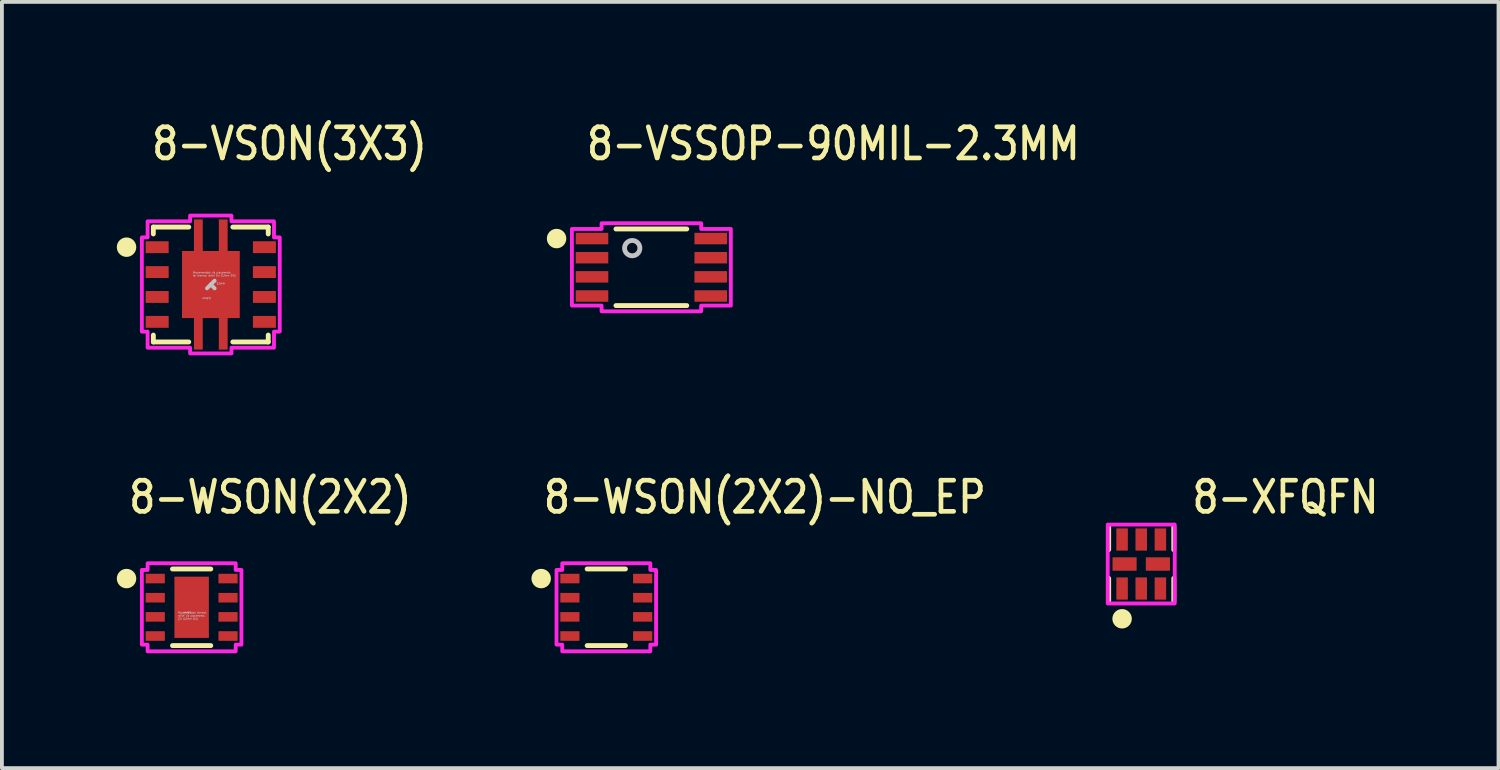
<source format=kicad_pcb>
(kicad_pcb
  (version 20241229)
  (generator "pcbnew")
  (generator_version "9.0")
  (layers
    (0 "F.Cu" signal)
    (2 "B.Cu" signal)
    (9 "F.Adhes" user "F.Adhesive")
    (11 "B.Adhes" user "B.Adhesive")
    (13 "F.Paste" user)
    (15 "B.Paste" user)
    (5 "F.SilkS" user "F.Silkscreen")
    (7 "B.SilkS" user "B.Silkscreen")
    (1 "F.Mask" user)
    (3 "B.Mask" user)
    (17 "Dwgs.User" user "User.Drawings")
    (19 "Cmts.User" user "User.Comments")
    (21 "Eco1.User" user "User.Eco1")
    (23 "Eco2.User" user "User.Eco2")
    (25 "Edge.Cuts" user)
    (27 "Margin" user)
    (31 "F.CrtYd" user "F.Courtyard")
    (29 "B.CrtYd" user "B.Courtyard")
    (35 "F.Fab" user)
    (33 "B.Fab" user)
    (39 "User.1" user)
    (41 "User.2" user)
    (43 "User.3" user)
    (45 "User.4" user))
  (footprint "8-XFQFN"
    (layer "F.Cu")
    (at 26.749 11.677)
    (property "Reference" "8-XFQFN" (at 1.27 -1.27 0) (unlocked yes) (layer "F.SilkS") (effects (font (size 0.813 0.695) (thickness 0.122)) (justify left bottom)))
    (fp_poly (pts (xy -0.02 -0.25) (xy 0.02 -0.25) (xy 0.02 0.25) (xy -0.02 0.25)) (stroke (width 0) (type solid)) (fill yes) (layer "F.Mask"))
    (fp_line (start -0.85 -0.967) (end -0.85 -0.375) (stroke (width 0.127) (type solid)) (layer "F.SilkS"))
    (fp_line (start -0.85 0.375) (end -0.85 0.967) (stroke (width 0.127) (type solid)) (layer "F.SilkS"))
    (fp_line (start 0.85 -0.967) (end 0.85 -0.375) (stroke (width 0.127) (type solid)) (layer "F.SilkS"))
    (fp_line (start 0.85 0.375) (end 0.85 0.967) (stroke (width 0.127) (type solid)) (layer "F.SilkS"))
    (fp_circle (center -0.5 1.43) (end -0.246 1.43) (stroke (width 0) (type solid)) (fill yes) (layer "F.SilkS"))
    (fp_poly (pts (xy -0.875 -1.03) (xy -0.875 1.03) (xy 0.875 1.03) (xy 0.875 -1.03)) (stroke (width 0.1) (type solid)) (fill no) (layer "F.CrtYd"))
    (pad "1" smd rect (at -0.5 0.64) (size 0.3 0.58) (layers "F.Cu" "F.Mask" "F.Paste"))
    (pad "2" smd rect (at 0 0.64) (size 0.3 0.58) (layers "F.Cu" "F.Mask" "F.Paste"))
    (pad "3" smd rect (at 0.5 0.64) (size 0.3 0.58) (layers "F.Cu" "F.Mask" "F.Paste"))
    (pad "4" smd rect (at 0.435 0) (size 0.63 0.35) (layers "F.Cu" "F.Mask" "F.Paste"))
    (pad "5" smd rect (at 0.5 -0.64) (size 0.3 0.58) (layers "F.Cu" "F.Mask" "F.Paste"))
    (pad "6" smd rect (at 0 -0.64) (size 0.3 0.58) (layers "F.Cu" "F.Mask" "F.Paste"))
    (pad "7" smd rect (at -0.5 -0.64) (size 0.3 0.58) (layers "F.Cu" "F.Mask" "F.Paste"))
    (pad "8" smd rect (at -0.435 0) (size 0.63 0.35) (layers "F.Cu" "F.Mask" "F.Paste")))
  (footprint "8-VSSOP-90MIL-2.3MM"
    (layer "F.Cu")
    (at 13.958 3.929)
    (property "Reference" "8-VSSOP-90MIL-2.3MM" (at -1.75 -2.75 0) (unlocked yes) (layer "F.SilkS") (effects (font (size 0.813 0.695) (thickness 0.122)) (justify left bottom)))
    (fp_line (start -0.925 -1) (end 0.925 -1) (stroke (width 0.127) (type solid)) (layer "F.SilkS"))
    (fp_line (start -0.925 1) (end 0.925 1) (stroke (width 0.127) (type solid)) (layer "F.SilkS"))
    (fp_circle (center -2.475 -0.75) (end -2.221 -0.75) (stroke (width 0) (type solid)) (fill yes) (layer "F.SilkS"))
    (fp_circle (center -0.5 -0.5) (end -0.3 -0.5) (stroke (width 0.127) (type solid)) (fill no) (layer "Dwgs.User"))
    (fp_poly (pts (xy -2.075 -1) (xy -1.3 -1) (xy -1.3 -1.15) (xy 1.3 -1.15) (xy 1.3 -1) (xy 2.075 -1) (xy 2.075 1) (xy 1.3 1) (xy 1.3 1.15) (xy -1.3 1.15) (xy -1.3 1) (xy -2.075 1)) (stroke (width 0.1) (type solid)) (fill no) (layer "F.CrtYd"))
    (pad "1" smd rect (at -1.55 -0.75) (size 0.85 0.3) (layers "F.Cu" "F.Mask" "F.Paste"))
    (pad "2" smd rect (at -1.55 -0.25) (size 0.85 0.3) (layers "F.Cu" "F.Mask" "F.Paste"))
    (pad "3" smd rect (at -1.55 0.25) (size 0.85 0.3) (layers "F.Cu" "F.Mask" "F.Paste"))
    (pad "4" smd rect (at -1.55 0.75) (size 0.85 0.3) (layers "F.Cu" "F.Mask" "F.Paste"))
    (pad "5" smd rect (at 1.55 0.75) (size 0.85 0.3) (layers "F.Cu" "F.Mask" "F.Paste"))
    (pad "6" smd rect (at 1.55 0.25) (size 0.85 0.3) (layers "F.Cu" "F.Mask" "F.Paste"))
    (pad "7" smd rect (at 1.55 -0.25) (size 0.85 0.3) (layers "F.Cu" "F.Mask" "F.Paste"))
    (pad "8" smd rect (at 1.55 -0.75) (size 0.85 0.3) (layers "F.Cu" "F.Mask" "F.Paste")))
  (footprint "8-WSON(2X2)-NO_EP"
    (layer "F.Cu")
    (at 12.781 12.807)
    (property "Reference" "8-WSON(2X2)-NO_EP" (at -1.7 -2.4 0) (unlocked yes) (layer "F.SilkS") (effects (font (size 0.813 0.695) (thickness 0.122)) (justify left bottom)))
    (fp_line (start -0.5 -1) (end 0.5 -1) (stroke (width 0.127) (type solid)) (layer "F.SilkS"))
    (fp_line (start -0.5 1) (end 0.5 1) (stroke (width 0.127) (type solid)) (layer "F.SilkS"))
    (fp_circle (center -1.7 -0.75) (end -1.446 -0.75) (stroke (width 0) (type solid)) (fill yes) (layer "F.SilkS"))
    (fp_poly (pts (xy -1.3 -0.975) (xy -1.15 -0.975) (xy -1.15 -1.15) (xy 1.15 -1.15) (xy 1.15 -0.975) (xy 1.3 -0.975) (xy 1.3 0.975) (xy 1.15 0.975) (xy 1.15 1.15) (xy -1.15 1.15) (xy -1.15 0.975) (xy -1.3 0.975)) (stroke (width 0.1) (type solid)) (fill no) (layer "F.CrtYd"))
    (pad "1" smd rect (at -0.95 -0.75) (size 0.5 0.25) (layers "F.Cu" "F.Mask" "F.Paste"))
    (pad "2" smd rect (at -0.95 -0.25) (size 0.5 0.25) (layers "F.Cu" "F.Mask" "F.Paste"))
    (pad "3" smd rect (at -0.95 0.25) (size 0.5 0.25) (layers "F.Cu" "F.Mask" "F.Paste"))
    (pad "4" smd rect (at -0.95 0.75) (size 0.5 0.25) (layers "F.Cu" "F.Mask" "F.Paste"))
    (pad "5" smd rect (at 0.95 0.75 180) (size 0.5 0.25) (layers "F.Cu" "F.Mask" "F.Paste"))
    (pad "6" smd rect (at 0.95 0.25 180) (size 0.5 0.25) (layers "F.Cu" "F.Mask" "F.Paste"))
    (pad "7" smd rect (at 0.95 -0.25 180) (size 0.5 0.25) (layers "F.Cu" "F.Mask" "F.Paste"))
    (pad "8" smd rect (at 0.95 -0.75 180) (size 0.5 0.25) (layers "F.Cu" "F.Mask" "F.Paste")))
  (footprint "8-VSON(3X3)"
    (layer "F.Cu")
    (at 2.454 4.379)
    (property "Reference" "8-VSON(3X3)" (at -1.6 -3.2 0) (unlocked yes) (layer "F.SilkS") (effects (font (size 0.813 0.695) (thickness 0.122)) (justify left bottom)))
    (fp_poly (pts (xy -0.75 -0.875) (xy -0.44 -0.875) (xy -0.44 -1.7) (xy -0.21 -1.7) (xy -0.21 -0.875) (xy 0.21 -0.875) (xy 0.21 -1.7) (xy 0.44 -1.7) (xy 0.44 -0.875) (xy 0.75 -0.875) (xy 0.75 0.875) (xy 0.44 0.875) (xy 0.44 1.7) (xy 0.21 1.7) (xy 0.21 0.875) (xy -0.21 0.875) (xy -0.21 1.7) (xy -0.44 1.7) (xy -0.44 0.875) (xy -0.75 0.875)) (stroke (width 0) (type solid)) (fill yes) (layer "F.Cu"))
    (fp_poly (pts (xy -0.75 -0.875) (xy -0.44 -0.875) (xy -0.44 -1.7) (xy -0.21 -1.7) (xy -0.21 -0.875) (xy 0.21 -0.875) (xy 0.21 -1.7) (xy 0.44 -1.7) (xy 0.44 -0.875) (xy 0.75 -0.875) (xy 0.75 0.875) (xy 0.44 0.875) (xy 0.44 1.7) (xy 0.21 1.7) (xy 0.21 0.875) (xy -0.21 0.875) (xy -0.21 1.7) (xy -0.44 1.7) (xy -0.44 0.875) (xy -0.75 0.875)) (stroke (width 0) (type solid)) (fill yes) (layer "F.Mask"))
    (fp_line (start -1.5 -1.5) (end -0.575 -1.5) (stroke (width 0.127) (type solid)) (layer "F.SilkS"))
    (fp_line (start -1.5 -1.32) (end -1.5 -1.5) (stroke (width 0.127) (type solid)) (layer "F.SilkS"))
    (fp_line (start -1.5 1.32) (end -1.5 1.5) (stroke (width 0.127) (type solid)) (layer "F.SilkS"))
    (fp_line (start -1.5 1.5) (end -0.575 1.5) (stroke (width 0.127) (type solid)) (layer "F.SilkS"))
    (fp_line (start 0.575 -1.5) (end 1.5 -1.5) (stroke (width 0.127) (type solid)) (layer "F.SilkS"))
    (fp_line (start 0.575 1.5) (end 1.5 1.5) (stroke (width 0.127) (type solid)) (layer "F.SilkS"))
    (fp_line (start 1.5 -1.5) (end 1.5 -1.32) (stroke (width 0.127) (type solid)) (layer "F.SilkS"))
    (fp_line (start 1.5 1.5) (end 1.5 1.32) (stroke (width 0.127) (type solid)) (layer "F.SilkS"))
    (fp_circle (center -2.2 -0.975) (end -1.946 -0.975) (stroke (width 0) (type solid)) (fill yes) (layer "F.SilkS"))
    (fp_poly (pts (xy -0.67 -0.772) (xy -0.67 0.775) (xy 0.67 0.775) (xy 0.67 -0.775)) (stroke (width 0) (type solid)) (fill yes) (layer "F.Paste"))
    (fp_poly (pts (xy -0.44 -1.7) (xy -0.44 -0.975) (xy -0.21 -0.975) (xy -0.21 -1.7)) (stroke (width 0) (type solid)) (fill yes) (layer "F.Paste"))
    (fp_poly (pts (xy -0.44 0.975) (xy -0.44 1.7) (xy -0.21 1.7) (xy -0.21 0.975)) (stroke (width 0) (type solid)) (fill yes) (layer "F.Paste"))
    (fp_poly (pts (xy 0.21 -1.7) (xy 0.21 -0.975) (xy 0.44 -0.975) (xy 0.44 -1.7)) (stroke (width 0) (type solid)) (fill yes) (layer "F.Paste"))
    (fp_poly (pts (xy 0.21 0.975) (xy 0.21 1.7) (xy 0.44 1.7) (xy 0.44 0.975)) (stroke (width 0) (type solid)) (fill yes) (layer "F.Paste"))
    (fp_line (start 0 0) (end -0.1 0.1) (stroke (width 0.1) (type solid)) (layer "Dwgs.User"))
    (fp_line (start 0 0) (end 0 0.5) (stroke (width 0.000009) (type solid)) (layer "Dwgs.User"))
    (fp_line (start 0 0) (end 0.1 -0.1) (stroke (width 0.1) (type solid)) (layer "Dwgs.User"))
    (fp_line (start 0 0) (end 0.1 0.1) (stroke (width 0.1) (type solid)) (layer "Dwgs.User"))
    (fp_line (start 0 0) (end 0.5 0) (stroke (width 0.000009) (type solid)) (layer "Dwgs.User"))
    (fp_line (start 0 0.5) (end -0.1 0.4) (stroke (width 0.000009) (type solid)) (layer "Dwgs.User"))
    (fp_line (start 0 0.5) (end 0.1 0.4) (stroke (width 0.000009) (type solid)) (layer "Dwgs.User"))
    (fp_line (start 0.5 0) (end 0.4 -0.1) (stroke (width 0.000009) (type solid)) (layer "Dwgs.User"))
    (fp_line (start 0.5 0) (end 0.4 0.1) (stroke (width 0.000009) (type solid)) (layer "Dwgs.User"))
    (fp_circle (center -0.5 0) (end -0.4 0) (stroke (width 0.0001) (type solid)) (fill no) (layer "Dwgs.User"))
    (fp_circle (center 0 -0.5) (end 0.1 -0.5) (stroke (width 0.0001) (type solid)) (fill no) (layer "Dwgs.User"))
    (fp_circle (center 0 0.5) (end 0.1 0.5) (stroke (width 0.0001) (type solid)) (fill no) (layer "Dwgs.User"))
    (fp_circle (center 0.5 0) (end 0.6 0) (stroke (width 0.0001) (type solid)) (fill no) (layer "Dwgs.User"))
    (fp_poly (pts (xy -1.65 -1.65) (xy -0.54 -1.65) (xy -0.54 -1.8) (xy 0.54 -1.8) (xy 0.54 -1.65) (xy 1.65 -1.65) (xy 1.65 -1.23) (xy 1.8 -1.23) (xy 1.8 1.23) (xy 1.65 1.23) (xy 1.65 1.65) (xy 0.54 1.65) (xy 0.54 1.8) (xy -0.54 1.8) (xy -0.54 1.65) (xy -1.65 1.65) (xy -1.65 1.23) (xy -1.8 1.23) (xy -1.8 -1.23) (xy -1.65 -1.23)) (stroke (width 0.1) (type solid)) (fill no) (layer "F.CrtYd"))
    (fp_text user "Recommended via placements\nfor thermal relief (4x 0.2mm DIA)" (at -0.475 -0.205 0) (unlocked yes) (layer "Dwgs.User") (effects (font (size 0.05 0.043) (thickness 0.007)) (justify left bottom)))
    (fp_text user "0.5mm" (at 0.15 0 0) (unlocked yes) (layer "Dwgs.User") (effects (font (size 0.05 0.043) (thickness 0.007)) (justify left bottom)))
    (fp_text user "0.5mm" (at 0 0.325 180) (unlocked yes) (layer "Dwgs.User") (effects (font (size 0.05 0.043) (thickness 0.007)) (justify left bottom)))
    (pad "1" smd rect (at -1.4 -0.975) (size 0.6 0.31) (layers "F.Cu" "F.Mask" "F.Paste"))
    (pad "2" smd rect (at -1.4 -0.325) (size 0.6 0.31) (layers "F.Cu" "F.Mask" "F.Paste"))
    (pad "3" smd rect (at -1.4 0.325) (size 0.6 0.31) (layers "F.Cu" "F.Mask" "F.Paste"))
    (pad "4" smd rect (at -1.4 0.975) (size 0.6 0.31) (layers "F.Cu" "F.Mask" "F.Paste"))
    (pad "5" smd rect (at 1.4 0.975) (size 0.6 0.31) (layers "F.Cu" "F.Mask" "F.Paste"))
    (pad "6" smd rect (at 1.4 0.325) (size 0.6 0.31) (layers "F.Cu" "F.Mask" "F.Paste"))
    (pad "7" smd rect (at 1.4 -0.325) (size 0.6 0.31) (layers "F.Cu" "F.Mask" "F.Paste"))
    (pad "8" smd rect (at 1.4 -0.975) (size 0.6 0.31) (layers "F.Cu" "F.Mask" "F.Paste"))
    (pad "11" smd rect (at 0 0) (size 1.5 1.75) (layers "F.Cu")))
  (footprint "8-WSON(2X2)"
    (layer "F.Cu")
    (at 1.954 12.807)
    (property "Reference" "8-WSON(2X2)" (at -1.7 -2.4 0) (unlocked yes) (layer "F.SilkS") (effects (font (size 0.813 0.695) (thickness 0.122)) (justify left bottom)))
    (fp_line (start -0.5 -1) (end 0.5 -1) (stroke (width 0.127) (type solid)) (layer "F.SilkS"))
    (fp_line (start -0.5 1) (end 0.5 1) (stroke (width 0.127) (type solid)) (layer "F.SilkS"))
    (fp_circle (center -1.7 -0.75) (end -1.446 -0.75) (stroke (width 0) (type solid)) (fill yes) (layer "F.SilkS"))
    (fp_line (start 0 -0.55) (end -0.11 -0.44) (stroke (width 0.0001) (type solid)) (layer "Dwgs.User"))
    (fp_line (start 0 -0.55) (end 0 0.55) (stroke (width 0.0001) (type solid)) (layer "Dwgs.User"))
    (fp_line (start 0 -0.55) (end 0.11 -0.44) (stroke (width 0.0001) (type solid)) (layer "Dwgs.User"))
    (fp_line (start 0 0.55) (end -0.11 0.44) (stroke (width 0.0001) (type solid)) (layer "Dwgs.User"))
    (fp_line (start 0 0.55) (end 0.11 0.44) (stroke (width 0.0001) (type solid)) (layer "Dwgs.User"))
    (fp_circle (center 0 -0.55) (end 0.1 -0.55) (stroke (width 0.000009) (type solid)) (fill no) (layer "Dwgs.User"))
    (fp_circle (center 0 0.55) (end 0.1 0.55) (stroke (width 0.000009) (type solid)) (fill no) (layer "Dwgs.User"))
    (fp_poly (pts (xy -1.3 -0.975) (xy -1.15 -0.975) (xy -1.15 -1.15) (xy 1.15 -1.15) (xy 1.15 -0.975) (xy 1.3 -0.975) (xy 1.3 0.975) (xy 1.15 0.975) (xy 1.15 1.15) (xy -1.15 1.15) (xy -1.15 0.975) (xy -1.3 0.975)) (stroke (width 0.1) (type solid)) (fill no) (layer "F.CrtYd"))
    (fp_text user "1.6mm" (at 0 0.11 180) (unlocked yes) (layer "Dwgs.User") (effects (font (size 0.05 0.043) (thickness 0.007)) (justify left bottom)))
    (fp_text user "Recommended thermal \nrelief via placements \n(2x 0.2mm DIA)" (at -0.36 0.33 0) (unlocked yes) (layer "Dwgs.User") (effects (font (size 0.05 0.043) (thickness 0.007)) (justify left bottom)))
    (pad "1" smd rect (at -0.95 -0.75) (size 0.5 0.25) (layers "F.Cu" "F.Mask" "F.Paste"))
    (pad "2" smd rect (at -0.95 -0.25) (size 0.5 0.25) (layers "F.Cu" "F.Mask" "F.Paste"))
    (pad "3" smd rect (at -0.95 0.25) (size 0.5 0.25) (layers "F.Cu" "F.Mask" "F.Paste"))
    (pad "4" smd rect (at -0.95 0.75) (size 0.5 0.25) (layers "F.Cu" "F.Mask" "F.Paste"))
    (pad "5" smd rect (at 0.95 0.75 180) (size 0.5 0.25) (layers "F.Cu" "F.Mask" "F.Paste"))
    (pad "6" smd rect (at 0.95 0.25 180) (size 0.5 0.25) (layers "F.Cu" "F.Mask" "F.Paste"))
    (pad "7" smd rect (at 0.95 -0.25 180) (size 0.5 0.25) (layers "F.Cu" "F.Mask" "F.Paste"))
    (pad "8" smd rect (at 0.95 -0.75 180) (size 0.5 0.25) (layers "F.Cu" "F.Mask" "F.Paste"))
    (pad "9" smd rect (at 0 0) (size 0.9 1.6) (layers "F.Cu" "F.Mask" "F.Paste")))
  (gr_rect
    (start -3 -3)
    (end 36.078 17.007)
    (stroke (width 0.1) (type default))
    (fill no)
    (layer "Edge.Cuts")))
</source>
